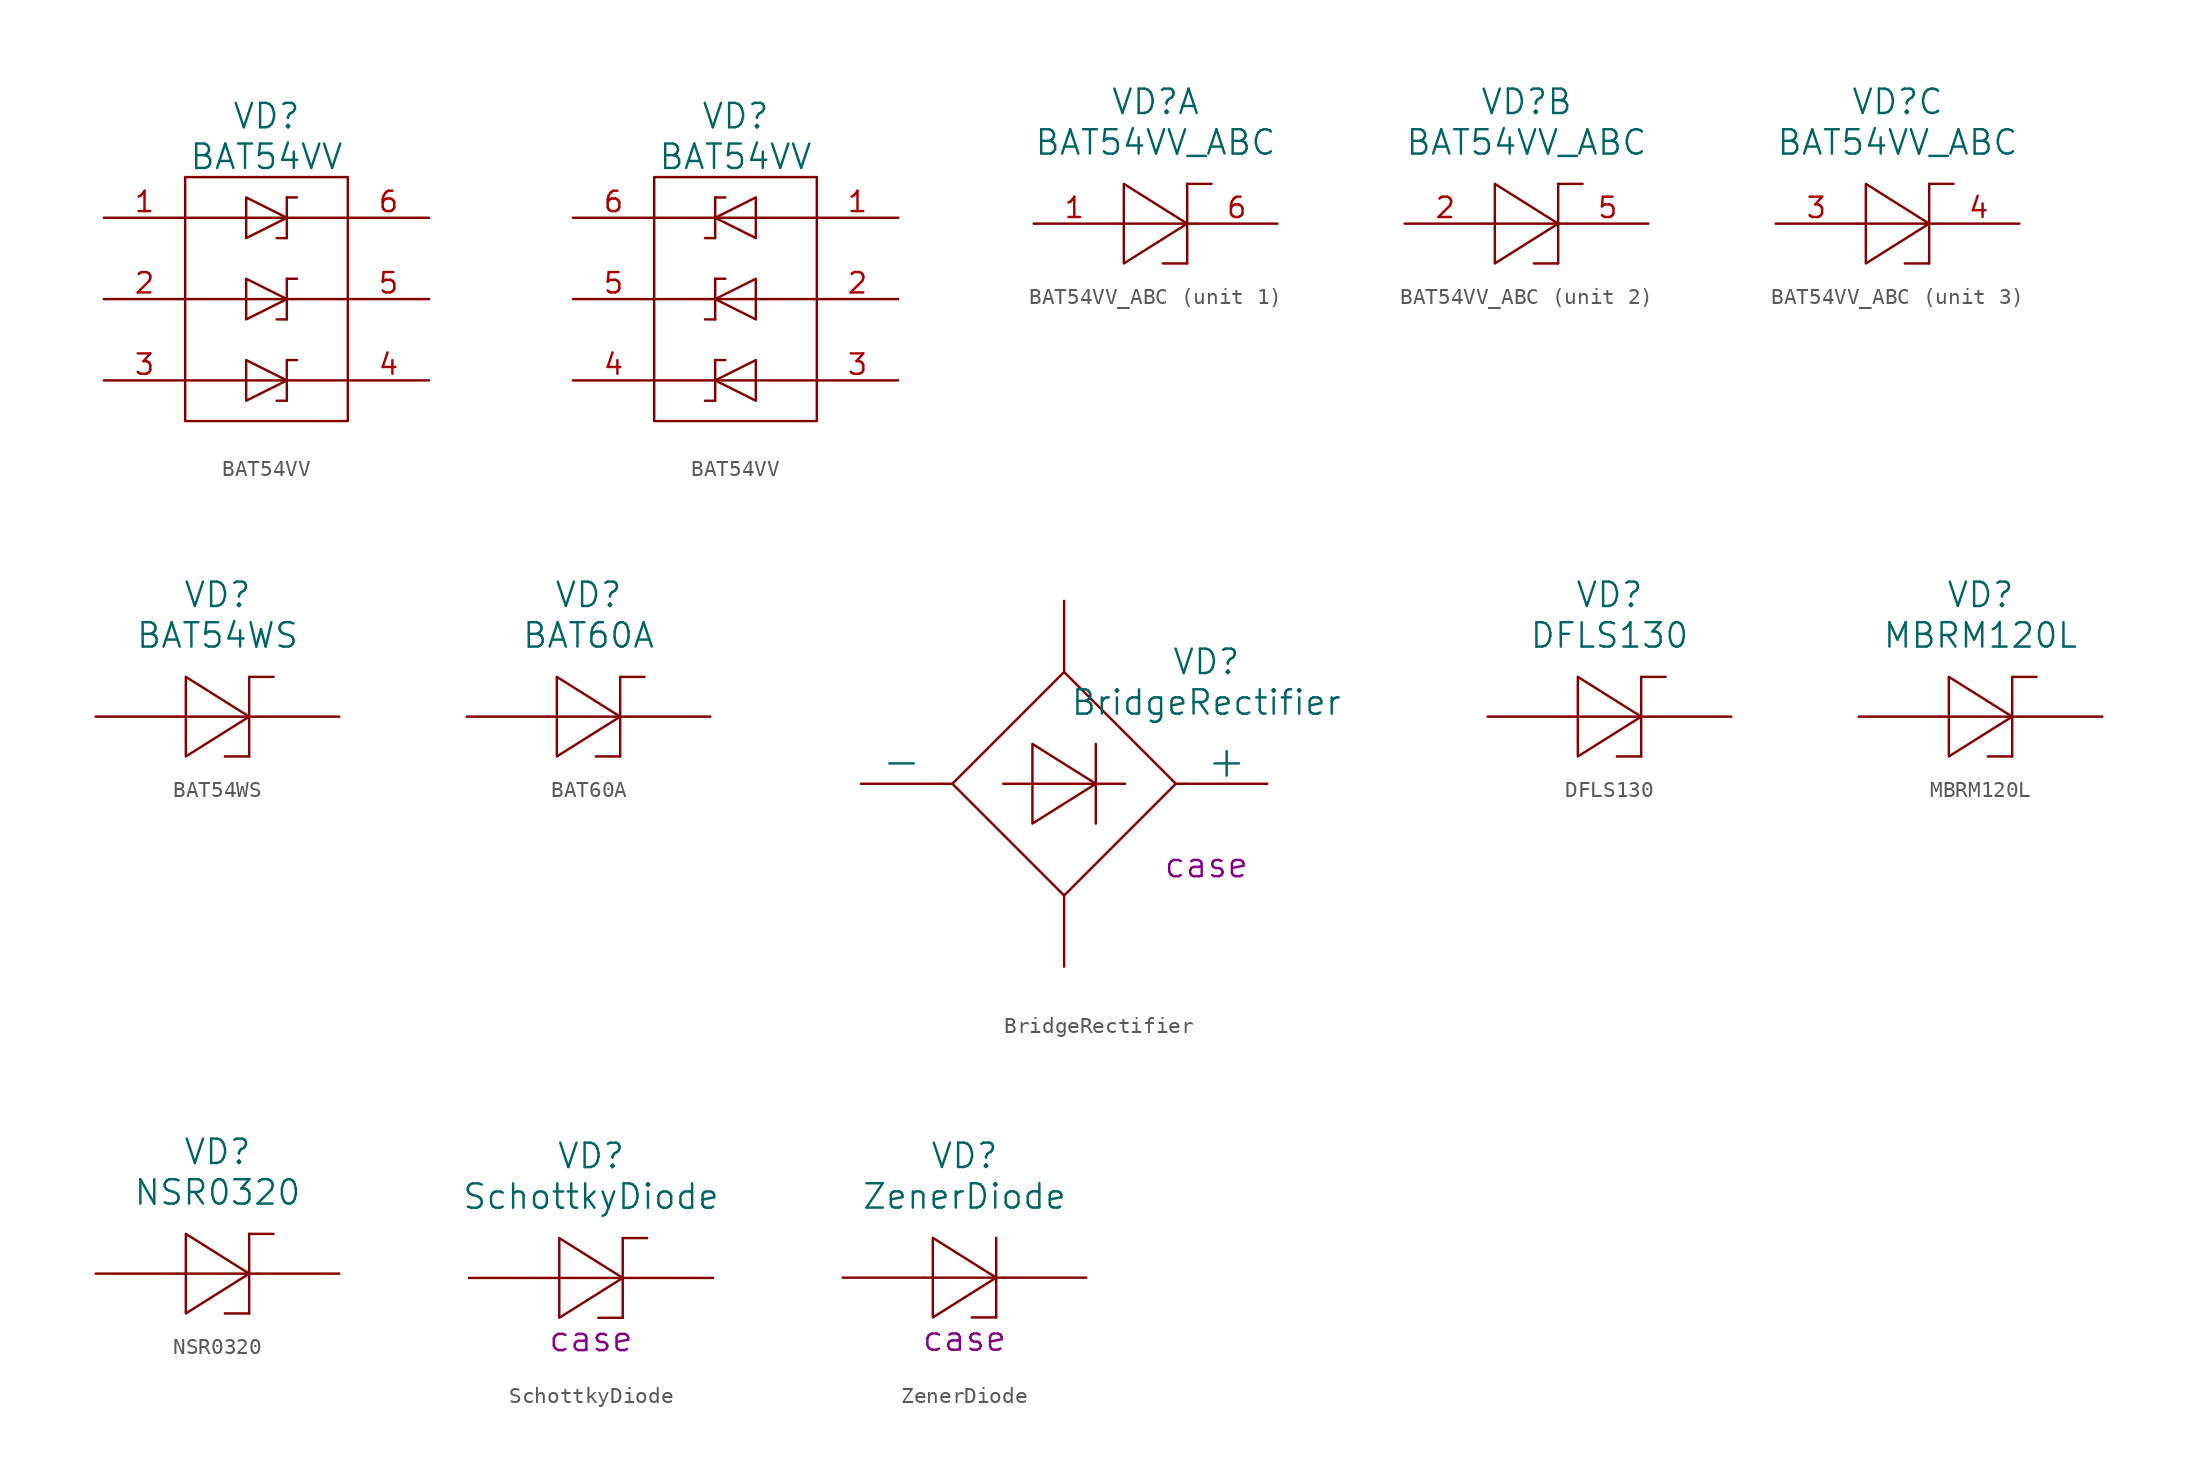
<source format=kicad_sym>
(kicad_symbol_lib
  (version 20220914)
  (generator kicad_symbol_editor)
  (symbol "BAT54VV"
    (pin_names
      (offset 1.016) hide)
    (property "Reference" "VD"
      (at 0 11.43 0)
      (effects (font (size 1.524 1.524))))
    (property "Value" "BAT54VV"
      (at 0 8.89 0)
      (effects (font (size 1.524 1.524))))
    (property "Datasheet" ""
      (at 0 -2.54 0)
      (effects (font (size 1.524 1.524))))
    (symbol "BAT54VV_0_0"
      (polyline (pts (xy 5.08 -5.08) (xy -5.08 -5.08)) (stroke (width 0) (type solid)) (fill (type none)))
      (polyline (pts (xy 5.08 0) (xy -5.08 0)) (stroke (width 0) (type solid)) (fill (type none)))
      (polyline (pts (xy 5.08 5.08) (xy -5.08 5.08)) (stroke (width 0) (type solid)) (fill (type none)))
      (rectangle (start 5.08 7.62) (end -5.08 -7.62) (stroke (width 0) (type solid)) (fill (type none))))
    (symbol "BAT54VV_0_1"
      (polyline (pts (xy 0.635 -6.35) (xy 1.27 -6.35)) (stroke (width 0) (type solid)) (fill (type none)))
      (polyline (pts (xy 0.635 -1.27) (xy 1.27 -1.27)) (stroke (width 0) (type solid)) (fill (type none)))
      (polyline (pts (xy 0.635 3.81) (xy 1.27 3.81)) (stroke (width 0) (type solid)) (fill (type none)))
      (polyline (pts (xy 1.27 -6.35) (xy 1.27 -3.81)) (stroke (width 0) (type solid)) (fill (type none)))
      (polyline (pts (xy 1.27 -3.81) (xy 1.905 -3.81)) (stroke (width 0) (type solid)) (fill (type none)))
      (polyline (pts (xy 1.27 -1.27) (xy 1.27 1.27)) (stroke (width 0) (type solid)) (fill (type none)))
      (polyline (pts (xy 1.27 1.27) (xy 1.905 1.27)) (stroke (width 0) (type solid)) (fill (type none)))
      (polyline (pts (xy 1.27 3.81) (xy 1.27 6.35)) (stroke (width 0) (type solid)) (fill (type none)))
      (polyline (pts (xy 1.27 6.35) (xy 1.905 6.35)) (stroke (width 0) (type solid)) (fill (type none)))
      (polyline (pts (xy -1.27 -3.81) (xy -1.27 -6.35) (xy 1.27 -5.08) (xy -1.27 -3.81)) (stroke (width 0) (type solid)) (fill (type none)))
      (polyline (pts (xy -1.27 1.27) (xy -1.27 -1.27) (xy 1.27 0) (xy -1.27 1.27)) (stroke (width 0) (type solid)) (fill (type none)))
      (polyline (pts (xy -1.27 6.35) (xy -1.27 3.81) (xy 1.27 5.08) (xy -1.27 6.35)) (stroke (width 0) (type solid)) (fill (type none))))
    (symbol "BAT54VV_1_1"
      (pin passive line (at -10.16 5.08 0) (length 5.08) (name "A1" (effects (font (size 1.27 1.27)))) (number "1" (effects (font (size 1.27 1.27)))))
      (pin passive line (at -10.16 0 0) (length 5.08) (name "A2" (effects (font (size 1.27 1.27)))) (number "2" (effects (font (size 1.27 1.27)))))
      (pin passive line (at -10.16 -5.08 0) (length 5.08) (name "A3" (effects (font (size 1.27 1.27)))) (number "3" (effects (font (size 1.27 1.27)))))
      (pin passive line (at 10.16 -5.08 180) (length 5.08) (name "C3" (effects (font (size 1.27 1.27)))) (number "4" (effects (font (size 1.27 1.27)))))
      (pin passive line (at 10.16 0 180) (length 5.08) (name "C2" (effects (font (size 1.27 1.27)))) (number "5" (effects (font (size 1.27 1.27)))))
      (pin passive line (at 10.16 5.08 180) (length 5.08) (name "C1" (effects (font (size 1.27 1.27)))) (number "6" (effects (font (size 1.27 1.27))))))
    (symbol "BAT54VV_1_2"
      (polyline (pts (xy -1.27 -6.35) (xy -1.905 -6.35)) (stroke (width 0) (type solid)) (fill (type none)))
      (polyline (pts (xy -1.27 -3.81) (xy -1.27 -6.35)) (stroke (width 0) (type solid)) (fill (type none)))
      (polyline (pts (xy -1.27 -1.27) (xy -1.905 -1.27)) (stroke (width 0) (type solid)) (fill (type none)))
      (polyline (pts (xy -1.27 1.27) (xy -1.27 -1.27)) (stroke (width 0) (type solid)) (fill (type none)))
      (polyline (pts (xy -1.27 3.81) (xy -1.905 3.81)) (stroke (width 0) (type solid)) (fill (type none)))
      (polyline (pts (xy -1.27 6.35) (xy -1.27 3.81)) (stroke (width 0) (type solid)) (fill (type none)))
      (polyline (pts (xy -0.635 -3.81) (xy -1.27 -3.81)) (stroke (width 0) (type solid)) (fill (type none)))
      (polyline (pts (xy -0.635 1.27) (xy -1.27 1.27)) (stroke (width 0) (type solid)) (fill (type none)))
      (polyline (pts (xy -0.635 6.35) (xy -1.27 6.35)) (stroke (width 0) (type solid)) (fill (type none)))
      (polyline (pts (xy 1.27 -6.35) (xy 1.27 -3.81) (xy -1.27 -5.08) (xy 1.27 -6.35)) (stroke (width 0) (type solid)) (fill (type none)))
      (polyline (pts (xy 1.27 -1.27) (xy 1.27 1.27) (xy -1.27 0) (xy 1.27 -1.27)) (stroke (width 0) (type solid)) (fill (type none)))
      (polyline (pts (xy 1.27 3.81) (xy 1.27 6.35) (xy -1.27 5.08) (xy 1.27 3.81)) (stroke (width 0) (type solid)) (fill (type none)))
      (pin passive line (at 10.16 5.08 180) (length 5.08) (name "A1" (effects (font (size 1.27 1.27)))) (number "1" (effects (font (size 1.27 1.27)))))
      (pin passive line (at 10.16 0 180) (length 5.08) (name "A2" (effects (font (size 1.27 1.27)))) (number "2" (effects (font (size 1.27 1.27)))))
      (pin passive line (at 10.16 -5.08 180) (length 5.08) (name "A3" (effects (font (size 1.27 1.27)))) (number "3" (effects (font (size 1.27 1.27)))))
      (pin passive line (at -10.16 -5.08 0) (length 5.08) (name "C3" (effects (font (size 1.27 1.27)))) (number "4" (effects (font (size 1.27 1.27)))))
      (pin passive line (at -10.16 0 0) (length 5.08) (name "C2" (effects (font (size 1.27 1.27)))) (number "5" (effects (font (size 1.27 1.27)))))
      (pin passive line (at -10.16 5.08 0) (length 5.08) (name "C1" (effects (font (size 1.27 1.27)))) (number "6" (effects (font (size 1.27 1.27)))))))
  (symbol "BAT54VV_ABC"
    (pin_names
      (offset 1.016) hide)
    (property "Reference" "VD"
      (at 0 7.62 0)
      (effects (font (size 1.524 1.524))))
    (property "Value" "BAT54VV_ABC"
      (at 0 5.08 0)
      (effects (font (size 1.524 1.524))))
    (property "Datasheet" ""
      (at 0 0 0)
      (effects (font (size 1.524 1.524))))
    (symbol "BAT54VV_ABC_1_0"
      (pin passive line (at -7.62 0 0) (length 5.08) (name "A" (effects (font (size 1.27 1.27)))) (number "1" (effects (font (size 1.27 1.27)))))
      (pin passive line (at 7.62 0 180) (length 5.08) (name "С" (effects (font (size 1.27 1.27)))) (number "6" (effects (font (size 1.27 1.27))))))
    (symbol "BAT54VV_ABC_1_1"
      (polyline (pts (xy -2.54 0) (xy 2.54 0)) (stroke (width 0) (type solid)) (fill (type none)))
      (polyline (pts (xy 0.457 -2.489) (xy 1.981 -2.489)) (stroke (width 0) (type solid)) (fill (type none)))
      (polyline (pts (xy 1.981 2.489) (xy 1.981 -2.489)) (stroke (width 0) (type solid)) (fill (type none)))
      (polyline (pts (xy 1.981 2.489) (xy 3.505 2.489)) (stroke (width 0) (type solid)) (fill (type none)))
      (polyline (pts (xy 1.981 0) (xy -1.981 -2.489) (xy -1.981 2.489) (xy 1.981 0)) (stroke (width 0) (type solid)) (fill (type none))))
    (symbol "BAT54VV_ABC_2_0"
      (pin passive line (at 7.62 0 180) (length 5.08) (name "С" (effects (font (size 1.27 1.27)))) (number "5" (effects (font (size 1.27 1.27))))))
    (symbol "BAT54VV_ABC_2_1"
      (polyline (pts (xy -2.54 0) (xy 2.54 0)) (stroke (width 0) (type solid)) (fill (type none)))
      (polyline (pts (xy 0.457 -2.489) (xy 1.981 -2.489)) (stroke (width 0) (type solid)) (fill (type none)))
      (polyline (pts (xy 1.981 2.489) (xy 1.981 -2.489)) (stroke (width 0) (type solid)) (fill (type none)))
      (polyline (pts (xy 1.981 2.489) (xy 3.505 2.489)) (stroke (width 0) (type solid)) (fill (type none)))
      (polyline (pts (xy 1.981 0) (xy -1.981 -2.489) (xy -1.981 2.489) (xy 1.981 0)) (stroke (width 0) (type solid)) (fill (type none)))
      (pin passive line (at -7.62 0 0) (length 5.08) (name "A" (effects (font (size 1.27 1.27)))) (number "2" (effects (font (size 1.27 1.27))))))
    (symbol "BAT54VV_ABC_3_0"
      (pin passive line (at 7.62 0 180) (length 5.08) (name "С" (effects (font (size 1.27 1.27)))) (number "4" (effects (font (size 1.27 1.27))))))
    (symbol "BAT54VV_ABC_3_1"
      (polyline (pts (xy -2.54 0) (xy 2.54 0)) (stroke (width 0) (type solid)) (fill (type none)))
      (polyline (pts (xy 0.457 -2.489) (xy 1.981 -2.489)) (stroke (width 0) (type solid)) (fill (type none)))
      (polyline (pts (xy 1.981 2.489) (xy 1.981 -2.489)) (stroke (width 0) (type solid)) (fill (type none)))
      (polyline (pts (xy 1.981 2.489) (xy 3.505 2.489)) (stroke (width 0) (type solid)) (fill (type none)))
      (polyline (pts (xy 1.981 0) (xy -1.981 -2.489) (xy -1.981 2.489) (xy 1.981 0)) (stroke (width 0) (type solid)) (fill (type none)))
      (pin passive line (at -7.62 0 0) (length 5.08) (name "A" (effects (font (size 1.27 1.27)))) (number "3" (effects (font (size 1.27 1.27)))))))
  (symbol "BAT54WS"
    (pin_numbers hide)
    (pin_names
      (offset 1.016) hide)
    (property "Reference" "VD"
      (at 0 7.62 0)
      (effects (font (size 1.524 1.524))))
    (property "Value" "BAT54WS"
      (at 0 5.08 0)
      (effects (font (size 1.524 1.524))))
    (property "Datasheet" ""
      (at -7.62 0 0)
      (effects (font (size 1.524 1.524))))
    (symbol "BAT54WS_0_1"
      (polyline (pts (xy -2.54 0) (xy 2.54 0)) (stroke (width 0) (type solid)) (fill (type none)))
      (polyline (pts (xy 0.457 -2.489) (xy 1.981 -2.489)) (stroke (width 0) (type solid)) (fill (type none)))
      (polyline (pts (xy 1.981 2.489) (xy 1.981 -2.489)) (stroke (width 0) (type solid)) (fill (type none)))
      (polyline (pts (xy 1.981 2.489) (xy 3.505 2.489)) (stroke (width 0) (type solid)) (fill (type none)))
      (polyline (pts (xy 1.981 0) (xy -1.981 -2.489) (xy -1.981 2.489) (xy 1.981 0)) (stroke (width 0) (type solid)) (fill (type none))))
    (symbol "BAT54WS_1_1"
      (pin passive line (at -7.62 0 0) (length 5.08) (name "A" (effects (font (size 1.27 1.27)))) (number "A" (effects (font (size 1.27 1.27)))))
      (pin passive line (at 7.62 0 180) (length 5.08) (name "C" (effects (font (size 1.27 1.27)))) (number "C" (effects (font (size 1.27 1.27)))))))
  (symbol "BAT60A"
    (pin_numbers hide)
    (pin_names
      (offset 1.016) hide)
    (property "Reference" "VD"
      (at 0 7.62 0)
      (effects (font (size 1.524 1.524))))
    (property "Value" "BAT60A"
      (at 0 5.08 0)
      (effects (font (size 1.524 1.524))))
    (property "Datasheet" ""
      (at -7.62 0 0)
      (effects (font (size 1.524 1.524))))
    (symbol "BAT60A_0_1"
      (polyline (pts (xy -2.54 0) (xy 2.54 0)) (stroke (width 0) (type solid)) (fill (type none)))
      (polyline (pts (xy 0.457 -2.489) (xy 1.981 -2.489)) (stroke (width 0) (type solid)) (fill (type none)))
      (polyline (pts (xy 1.981 2.489) (xy 1.981 -2.489)) (stroke (width 0) (type solid)) (fill (type none)))
      (polyline (pts (xy 1.981 2.489) (xy 3.505 2.489)) (stroke (width 0) (type solid)) (fill (type none)))
      (polyline (pts (xy 1.981 0) (xy -1.981 -2.489) (xy -1.981 2.489) (xy 1.981 0)) (stroke (width 0) (type solid)) (fill (type none))))
    (symbol "BAT60A_1_1"
      (pin passive line (at -7.62 0 0) (length 5.08) (name "A" (effects (font (size 1.27 1.27)))) (number "A" (effects (font (size 1.27 1.27)))))
      (pin passive line (at 7.62 0 180) (length 5.08) (name "C" (effects (font (size 1.27 1.27)))) (number "C" (effects (font (size 1.27 1.27)))))))
  (symbol "BridgeRectifier"
    (pin_numbers hide)
    (pin_names
      (offset 0))
    (property "Reference" "VD"
      (at 8.89 7.62 0)
      (effects (font (size 1.524 1.524))))
    (property "Value" "BridgeRectifier"
      (at 8.89 5.08 0)
      (effects (font (size 1.524 1.524))))
    (property "Datasheet" ""
      (at -12.7 0 0)
      (effects (font (size 1.524 1.524))))
    (property "Case" "case"
      (at 8.89 -5.08 0)
      (effects (font (size 1.524 1.524))))
    (symbol "BridgeRectifier_0_1"
      (polyline (pts (xy -6.985 0) (xy -7.62 0)) (stroke (width 0) (type solid)) (fill (type none)))
      (polyline (pts (xy 1.981 2.489) (xy 1.981 -2.489)) (stroke (width 0) (type solid)) (fill (type none)))
      (polyline (pts (xy 3.81 0) (xy -3.81 0)) (stroke (width 0) (type solid)) (fill (type none)))
      (polyline (pts (xy 7.62 0) (xy 6.985 0)) (stroke (width 0) (type solid)) (fill (type none)))
      (polyline (pts (xy 1.981 0) (xy -1.981 -2.489) (xy -1.981 2.489) (xy 1.981 0)) (stroke (width 0) (type solid)) (fill (type none)))
      (polyline (pts (xy 0 6.985) (xy -6.985 0) (xy 0 -6.985) (xy 6.985 0) (xy 0 6.985)) (stroke (width 0) (type solid)) (fill (type none))))
    (symbol "BridgeRectifier_1_1"
      (pin power_out line (at 12.7 0 180) (length 5.08) (name "+" (effects (font (size 2.007 2.007)))) (number "+" (effects (font (size 1.27 1.27)))))
      (pin power_out line (at -12.7 0 0) (length 5.08) (name "-" (effects (font (size 2.007 2.007)))) (number "-" (effects (font (size 1.27 1.27)))))
      (pin power_in line (at 0 11.43 270) (length 4.496) (name "~" (effects (font (size 2.007 2.007)))) (number "AC1" (effects (font (size 1.27 1.27)))))
      (pin power_in line (at 0 -11.43 90) (length 4.496) (name "~" (effects (font (size 2.007 2.007)))) (number "AC2" (effects (font (size 1.27 1.27)))))))
  (symbol "DFLS130"
    (pin_numbers hide)
    (pin_names
      (offset 1.016) hide)
    (property "Reference" "VD"
      (at 0 7.62 0)
      (effects (font (size 1.524 1.524))))
    (property "Value" "DFLS130"
      (at 0 5.08 0)
      (effects (font (size 1.524 1.524))))
    (property "Datasheet" ""
      (at -7.62 0 0)
      (effects (font (size 1.524 1.524))))
    (symbol "DFLS130_0_1"
      (polyline (pts (xy -2.54 0) (xy 2.54 0)) (stroke (width 0) (type solid)) (fill (type none)))
      (polyline (pts (xy 0.457 -2.489) (xy 1.981 -2.489)) (stroke (width 0) (type solid)) (fill (type none)))
      (polyline (pts (xy 1.981 2.489) (xy 1.981 -2.489)) (stroke (width 0) (type solid)) (fill (type none)))
      (polyline (pts (xy 1.981 2.489) (xy 3.505 2.489)) (stroke (width 0) (type solid)) (fill (type none)))
      (polyline (pts (xy 1.981 0) (xy -1.981 -2.489) (xy -1.981 2.489) (xy 1.981 0)) (stroke (width 0) (type solid)) (fill (type none))))
    (symbol "DFLS130_1_1"
      (pin passive line (at -7.62 0 0) (length 5.08) (name "A" (effects (font (size 1.27 1.27)))) (number "A" (effects (font (size 1.27 1.27)))))
      (pin passive line (at 7.62 0 180) (length 5.08) (name "C" (effects (font (size 1.27 1.27)))) (number "C" (effects (font (size 1.27 1.27)))))))
  (symbol "MBRM120L"
    (pin_numbers hide)
    (pin_names
      (offset 1.016) hide)
    (property "Reference" "VD"
      (at 0 7.62 0)
      (effects (font (size 1.524 1.524))))
    (property "Value" "MBRM120L"
      (at 0 5.08 0)
      (effects (font (size 1.524 1.524))))
    (property "Datasheet" ""
      (at -7.62 0 0)
      (effects (font (size 1.524 1.524))))
    (symbol "MBRM120L_0_1"
      (polyline (pts (xy -2.54 0) (xy 2.54 0)) (stroke (width 0) (type solid)) (fill (type none)))
      (polyline (pts (xy 0.457 -2.489) (xy 1.981 -2.489)) (stroke (width 0) (type solid)) (fill (type none)))
      (polyline (pts (xy 1.981 2.489) (xy 1.981 -2.489)) (stroke (width 0) (type solid)) (fill (type none)))
      (polyline (pts (xy 1.981 2.489) (xy 3.505 2.489)) (stroke (width 0) (type solid)) (fill (type none)))
      (polyline (pts (xy 1.981 0) (xy -1.981 -2.489) (xy -1.981 2.489) (xy 1.981 0)) (stroke (width 0) (type solid)) (fill (type none))))
    (symbol "MBRM120L_1_1"
      (pin passive line (at -7.62 0 0) (length 5.08) (name "A" (effects (font (size 1.27 1.27)))) (number "A" (effects (font (size 1.27 1.27)))))
      (pin passive line (at 7.62 0 180) (length 5.08) (name "C" (effects (font (size 1.27 1.27)))) (number "C" (effects (font (size 1.27 1.27)))))))
  (symbol "NSR0320"
    (pin_numbers hide)
    (pin_names
      (offset 1.016) hide)
    (property "Reference" "VD"
      (at 0 7.62 0)
      (effects (font (size 1.524 1.524))))
    (property "Value" "NSR0320"
      (at 0 5.08 0)
      (effects (font (size 1.524 1.524))))
    (property "Datasheet" ""
      (at -7.62 0 0)
      (effects (font (size 1.524 1.524))))
    (symbol "NSR0320_0_1"
      (polyline (pts (xy -2.54 0) (xy 2.54 0)) (stroke (width 0) (type solid)) (fill (type none)))
      (polyline (pts (xy 0.457 -2.489) (xy 1.981 -2.489)) (stroke (width 0) (type solid)) (fill (type none)))
      (polyline (pts (xy 1.981 2.489) (xy 1.981 -2.489)) (stroke (width 0) (type solid)) (fill (type none)))
      (polyline (pts (xy 1.981 2.489) (xy 3.505 2.489)) (stroke (width 0) (type solid)) (fill (type none)))
      (polyline (pts (xy 1.981 0) (xy -1.981 -2.489) (xy -1.981 2.489) (xy 1.981 0)) (stroke (width 0) (type solid)) (fill (type none))))
    (symbol "NSR0320_1_1"
      (pin passive line (at -7.62 0 0) (length 5.08) (name "A" (effects (font (size 1.27 1.27)))) (number "A" (effects (font (size 1.27 1.27)))))
      (pin passive line (at 7.62 0 180) (length 5.08) (name "C" (effects (font (size 1.27 1.27)))) (number "C" (effects (font (size 1.27 1.27)))))))
  (symbol "SchottkyDiode"
    (pin_numbers hide)
    (pin_names
      (offset 1.016) hide)
    (property "Reference" "VD"
      (at 0 7.62 0)
      (effects (font (size 1.524 1.524))))
    (property "Value" "SchottkyDiode"
      (at 0 5.08 0)
      (effects (font (size 1.524 1.524))))
    (property "Datasheet" ""
      (at -7.62 0 0)
      (effects (font (size 1.524 1.524))))
    (property "Case" "case"
      (at 0 -3.81 0)
      (effects (font (size 1.524 1.524))))
    (symbol "SchottkyDiode_0_1"
      (polyline (pts (xy -2.54 0) (xy 2.54 0)) (stroke (width 0) (type solid)) (fill (type none)))
      (polyline (pts (xy 0.457 -2.489) (xy 1.981 -2.489)) (stroke (width 0) (type solid)) (fill (type none)))
      (polyline (pts (xy 1.981 0) (xy -1.981 -2.489) (xy -1.981 2.489) (xy 1.981 0)) (stroke (width 0) (type solid)) (fill (type none))))
    (symbol "SchottkyDiode_1_1"
      (polyline (pts (xy 1.981 2.489) (xy 1.981 -2.489)) (stroke (width 0) (type solid)) (fill (type none)))
      (polyline (pts (xy 1.981 2.489) (xy 3.505 2.489)) (stroke (width 0) (type solid)) (fill (type none)))
      (pin passive line (at -7.62 0 0) (length 5.08) (name "A" (effects (font (size 1.27 1.27)))) (number "A" (effects (font (size 1.27 1.27)))))
      (pin passive line (at 7.62 0 180) (length 5.08) (name "C" (effects (font (size 1.27 1.27)))) (number "C" (effects (font (size 1.27 1.27)))))))
  (symbol "ZenerDiode"
    (pin_numbers hide)
    (pin_names
      (offset 1.016) hide)
    (property "Reference" "VD"
      (at 0 7.62 0)
      (effects (font (size 1.524 1.524))))
    (property "Value" "ZenerDiode"
      (at 0 5.08 0)
      (effects (font (size 1.524 1.524))))
    (property "Datasheet" ""
      (at -7.62 0 0)
      (effects (font (size 1.524 1.524))))
    (property "Case" "case"
      (at 0 -3.81 0)
      (effects (font (size 1.524 1.524))))
    (symbol "ZenerDiode_0_1"
      (polyline (pts (xy -2.54 0) (xy 2.54 0)) (stroke (width 0) (type solid)) (fill (type none)))
      (polyline (pts (xy 0.457 -2.489) (xy 1.981 -2.489)) (stroke (width 0) (type solid)) (fill (type none)))
      (polyline (pts (xy 1.981 2.489) (xy 1.981 -2.489)) (stroke (width 0) (type solid)) (fill (type none)))
      (polyline (pts (xy 1.981 0) (xy -1.981 -2.489) (xy -1.981 2.489) (xy 1.981 0)) (stroke (width 0) (type solid)) (fill (type none))))
    (symbol "ZenerDiode_1_1"
      (pin passive line (at -7.62 0 0) (length 5.08) (name "A" (effects (font (size 1.27 1.27)))) (number "A" (effects (font (size 1.27 1.27)))))
      (pin passive line (at 7.62 0 180) (length 5.08) (name "C" (effects (font (size 1.27 1.27)))) (number "C" (effects (font (size 1.27 1.27))))))))
</source>
